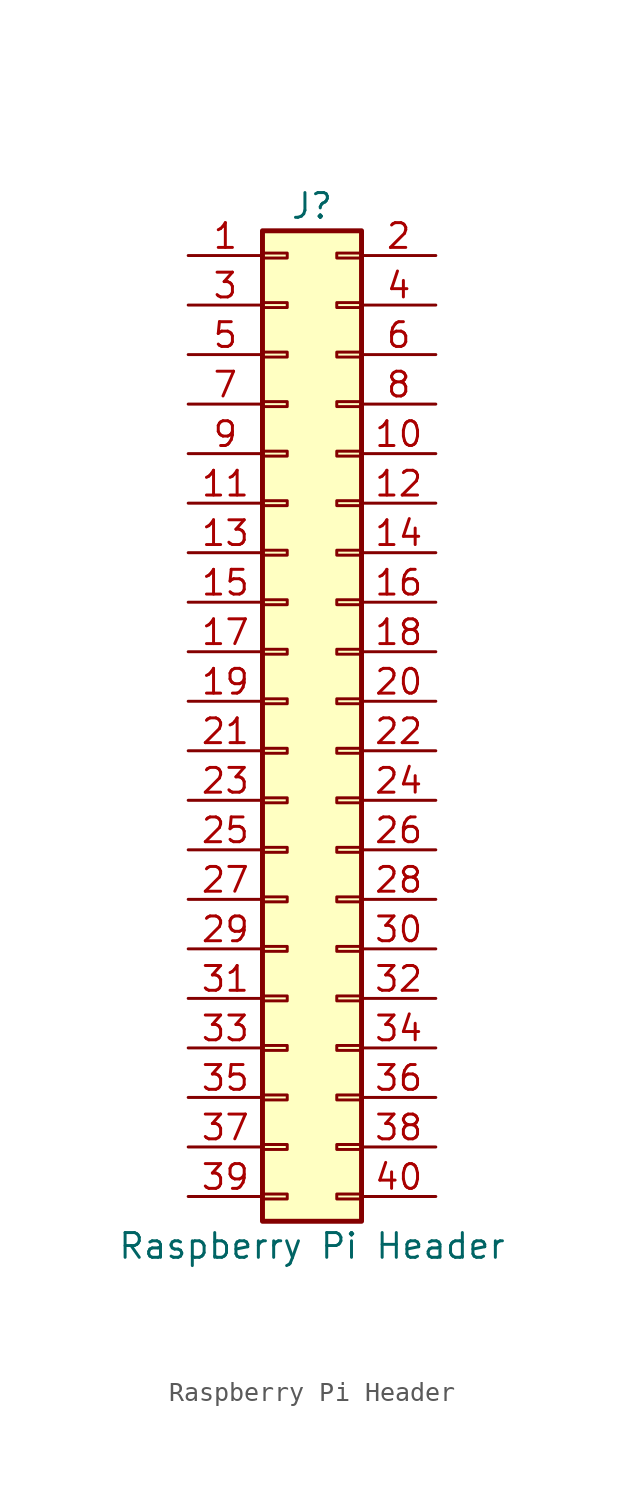
<source format=kicad_sym>
(kicad_symbol_lib
  (version 20241209)
  (generator "kicad_symbol_editor")
  (generator_version "9.0")
  (symbol "Raspberry Pi Header"
    (pin_names
      (offset 1.016)
      (hide yes))
    (property "Reference" "J"
      (at 1.27 25.4 0)
      (effects (font (size 1.27 1.27))))
    (property "Value" "Raspberry Pi Header"
      (at 1.27 -27.94 0)
      (effects (font (size 1.27 1.27))))
    (symbol "Raspberry Pi Header_1_1"
      (rectangle (start -1.27 24.13) (end 3.81 -26.67) (stroke (width 0.254) (type default)) (fill (type background)))
      (rectangle (start -1.27 22.987) (end 0 22.733) (stroke (width 0.152) (type default)) (fill (type none)))
      (rectangle (start -1.27 20.447) (end 0 20.193) (stroke (width 0.152) (type default)) (fill (type none)))
      (rectangle (start -1.27 17.907) (end 0 17.653) (stroke (width 0.152) (type default)) (fill (type none)))
      (rectangle (start -1.27 15.367) (end 0 15.113) (stroke (width 0.152) (type default)) (fill (type none)))
      (rectangle (start -1.27 12.827) (end 0 12.573) (stroke (width 0.152) (type default)) (fill (type none)))
      (rectangle (start -1.27 10.287) (end 0 10.033) (stroke (width 0.152) (type default)) (fill (type none)))
      (rectangle (start -1.27 7.747) (end 0 7.493) (stroke (width 0.152) (type default)) (fill (type none)))
      (rectangle (start -1.27 5.207) (end 0 4.953) (stroke (width 0.152) (type default)) (fill (type none)))
      (rectangle (start -1.27 2.667) (end 0 2.413) (stroke (width 0.152) (type default)) (fill (type none)))
      (rectangle (start -1.27 0.127) (end 0 -0.127) (stroke (width 0.152) (type default)) (fill (type none)))
      (rectangle (start -1.27 -2.413) (end 0 -2.667) (stroke (width 0.152) (type default)) (fill (type none)))
      (rectangle (start -1.27 -4.953) (end 0 -5.207) (stroke (width 0.152) (type default)) (fill (type none)))
      (rectangle (start -1.27 -7.493) (end 0 -7.747) (stroke (width 0.152) (type default)) (fill (type none)))
      (rectangle (start -1.27 -10.033) (end 0 -10.287) (stroke (width 0.152) (type default)) (fill (type none)))
      (rectangle (start -1.27 -12.573) (end 0 -12.827) (stroke (width 0.152) (type default)) (fill (type none)))
      (rectangle (start -1.27 -15.113) (end 0 -15.367) (stroke (width 0.152) (type default)) (fill (type none)))
      (rectangle (start -1.27 -17.653) (end 0 -17.907) (stroke (width 0.152) (type default)) (fill (type none)))
      (rectangle (start -1.27 -20.193) (end 0 -20.447) (stroke (width 0.152) (type default)) (fill (type none)))
      (rectangle (start -1.27 -22.733) (end 0 -22.987) (stroke (width 0.152) (type default)) (fill (type none)))
      (rectangle (start -1.27 -25.273) (end 0 -25.527) (stroke (width 0.152) (type default)) (fill (type none)))
      (rectangle (start 3.81 22.987) (end 2.54 22.733) (stroke (width 0.152) (type default)) (fill (type none)))
      (rectangle (start 3.81 20.447) (end 2.54 20.193) (stroke (width 0.152) (type default)) (fill (type none)))
      (rectangle (start 3.81 17.907) (end 2.54 17.653) (stroke (width 0.152) (type default)) (fill (type none)))
      (rectangle (start 3.81 15.367) (end 2.54 15.113) (stroke (width 0.152) (type default)) (fill (type none)))
      (rectangle (start 3.81 12.827) (end 2.54 12.573) (stroke (width 0.152) (type default)) (fill (type none)))
      (rectangle (start 3.81 10.287) (end 2.54 10.033) (stroke (width 0.152) (type default)) (fill (type none)))
      (rectangle (start 3.81 7.747) (end 2.54 7.493) (stroke (width 0.152) (type default)) (fill (type none)))
      (rectangle (start 3.81 5.207) (end 2.54 4.953) (stroke (width 0.152) (type default)) (fill (type none)))
      (rectangle (start 3.81 2.667) (end 2.54 2.413) (stroke (width 0.152) (type default)) (fill (type none)))
      (rectangle (start 3.81 0.127) (end 2.54 -0.127) (stroke (width 0.152) (type default)) (fill (type none)))
      (rectangle (start 3.81 -2.413) (end 2.54 -2.667) (stroke (width 0.152) (type default)) (fill (type none)))
      (rectangle (start 3.81 -4.953) (end 2.54 -5.207) (stroke (width 0.152) (type default)) (fill (type none)))
      (rectangle (start 3.81 -7.493) (end 2.54 -7.747) (stroke (width 0.152) (type default)) (fill (type none)))
      (rectangle (start 3.81 -10.033) (end 2.54 -10.287) (stroke (width 0.152) (type default)) (fill (type none)))
      (rectangle (start 3.81 -12.573) (end 2.54 -12.827) (stroke (width 0.152) (type default)) (fill (type none)))
      (rectangle (start 3.81 -15.113) (end 2.54 -15.367) (stroke (width 0.152) (type default)) (fill (type none)))
      (rectangle (start 3.81 -17.653) (end 2.54 -17.907) (stroke (width 0.152) (type default)) (fill (type none)))
      (rectangle (start 3.81 -20.193) (end 2.54 -20.447) (stroke (width 0.152) (type default)) (fill (type none)))
      (rectangle (start 3.81 -22.733) (end 2.54 -22.987) (stroke (width 0.152) (type default)) (fill (type none)))
      (rectangle (start 3.81 -25.273) (end 2.54 -25.527) (stroke (width 0.152) (type default)) (fill (type none)))
      (pin passive line (at -5.08 22.86 0) (length 3.81) (name "3V3" (effects (font (size 1.27 1.27)))) (number "1" (effects (font (size 1.27 1.27)))))
      (pin passive line (at -5.08 20.32 0) (length 3.81) (name "I2C1_SDA" (effects (font (size 1.27 1.27)))) (number "3" (effects (font (size 1.27 1.27)))))
      (pin passive line (at -5.08 17.78 0) (length 3.81) (name "I2C1_SCL" (effects (font (size 1.27 1.27)))) (number "5" (effects (font (size 1.27 1.27)))))
      (pin passive line (at -5.08 15.24 0) (length 3.81) (name "Pin_7" (effects (font (size 1.27 1.27)))) (number "7" (effects (font (size 1.27 1.27)))))
      (pin passive line (at -5.08 12.7 0) (length 3.81) (name "GND" (effects (font (size 1.27 1.27)))) (number "9" (effects (font (size 1.27 1.27)))))
      (pin passive line (at -5.08 10.16 0) (length 3.81) (name "GPIO17" (effects (font (size 1.27 1.27)))) (number "11" (effects (font (size 1.27 1.27)))))
      (pin passive line (at -5.08 7.62 0) (length 3.81) (name "GPIO27" (effects (font (size 1.27 1.27)))) (number "13" (effects (font (size 1.27 1.27)))))
      (pin passive line (at -5.08 5.08 0) (length 3.81) (name "GPIO22" (effects (font (size 1.27 1.27)))) (number "15" (effects (font (size 1.27 1.27)))))
      (pin passive line (at -5.08 2.54 0) (length 3.81) (name "3V3" (effects (font (size 1.27 1.27)))) (number "17" (effects (font (size 1.27 1.27)))))
      (pin passive line (at -5.08 0 0) (length 3.81) (name "GPIO10" (effects (font (size 1.27 1.27)))) (number "19" (effects (font (size 1.27 1.27)))))
      (pin passive line (at -5.08 -2.54 0) (length 3.81) (name "GPIO9" (effects (font (size 1.27 1.27)))) (number "21" (effects (font (size 1.27 1.27)))))
      (pin passive line (at -5.08 -5.08 0) (length 3.81) (name "GPIO11" (effects (font (size 1.27 1.27)))) (number "23" (effects (font (size 1.27 1.27)))))
      (pin passive line (at -5.08 -7.62 0) (length 3.81) (name "GND" (effects (font (size 1.27 1.27)))) (number "25" (effects (font (size 1.27 1.27)))))
      (pin passive line (at -5.08 -10.16 0) (length 3.81) (name "ID_SDA" (effects (font (size 1.27 1.27)))) (number "27" (effects (font (size 1.27 1.27)))))
      (pin passive line (at -5.08 -12.7 0) (length 3.81) (name "GPIO5" (effects (font (size 1.27 1.27)))) (number "29" (effects (font (size 1.27 1.27)))))
      (pin passive line (at -5.08 -15.24 0) (length 3.81) (name "GPIO6" (effects (font (size 1.27 1.27)))) (number "31" (effects (font (size 1.27 1.27)))))
      (pin passive line (at -5.08 -17.78 0) (length 3.81) (name "GPIO13" (effects (font (size 1.27 1.27)))) (number "33" (effects (font (size 1.27 1.27)))))
      (pin passive line (at -5.08 -20.32 0) (length 3.81) (name "GPIO19" (effects (font (size 1.27 1.27)))) (number "35" (effects (font (size 1.27 1.27)))))
      (pin passive line (at -5.08 -22.86 0) (length 3.81) (name "GPIO26" (effects (font (size 1.27 1.27)))) (number "37" (effects (font (size 1.27 1.27)))))
      (pin passive line (at -5.08 -25.4 0) (length 3.81) (name "GND" (effects (font (size 1.27 1.27)))) (number "39" (effects (font (size 1.27 1.27)))))
      (pin passive line (at 7.62 22.86 180) (length 3.81) (name "5V" (effects (font (size 1.27 1.27)))) (number "2" (effects (font (size 1.27 1.27)))))
      (pin passive line (at 7.62 20.32 180) (length 3.81) (name "5V" (effects (font (size 1.27 1.27)))) (number "4" (effects (font (size 1.27 1.27)))))
      (pin passive line (at 7.62 17.78 180) (length 3.81) (name "GND" (effects (font (size 1.27 1.27)))) (number "6" (effects (font (size 1.27 1.27)))))
      (pin passive line (at 7.62 15.24 180) (length 3.81) (name "GPIO14" (effects (font (size 1.27 1.27)))) (number "8" (effects (font (size 1.27 1.27)))))
      (pin passive line (at 7.62 12.7 180) (length 3.81) (name "GPIO15" (effects (font (size 1.27 1.27)))) (number "10" (effects (font (size 1.27 1.27)))))
      (pin passive line (at 7.62 10.16 180) (length 3.81) (name "GPIO18" (effects (font (size 1.27 1.27)))) (number "12" (effects (font (size 1.27 1.27)))))
      (pin passive line (at 7.62 7.62 180) (length 3.81) (name "GND" (effects (font (size 1.27 1.27)))) (number "14" (effects (font (size 1.27 1.27)))))
      (pin passive line (at 7.62 5.08 180) (length 3.81) (name "GPIO23" (effects (font (size 1.27 1.27)))) (number "16" (effects (font (size 1.27 1.27)))))
      (pin passive line (at 7.62 2.54 180) (length 3.81) (name "GPIO24" (effects (font (size 1.27 1.27)))) (number "18" (effects (font (size 1.27 1.27)))))
      (pin passive line (at 7.62 0 180) (length 3.81) (name "GND" (effects (font (size 1.27 1.27)))) (number "20" (effects (font (size 1.27 1.27)))))
      (pin passive line (at 7.62 -2.54 180) (length 3.81) (name "GPIO25" (effects (font (size 1.27 1.27)))) (number "22" (effects (font (size 1.27 1.27)))))
      (pin passive line (at 7.62 -5.08 180) (length 3.81) (name "GPIO8" (effects (font (size 1.27 1.27)))) (number "24" (effects (font (size 1.27 1.27)))))
      (pin passive line (at 7.62 -7.62 180) (length 3.81) (name "GPIO7" (effects (font (size 1.27 1.27)))) (number "26" (effects (font (size 1.27 1.27)))))
      (pin passive line (at 7.62 -10.16 180) (length 3.81) (name "ID_SCL" (effects (font (size 1.27 1.27)))) (number "28" (effects (font (size 1.27 1.27)))))
      (pin passive line (at 7.62 -12.7 180) (length 3.81) (name "GND" (effects (font (size 1.27 1.27)))) (number "30" (effects (font (size 1.27 1.27)))))
      (pin passive line (at 7.62 -15.24 180) (length 3.81) (name "GPIO12" (effects (font (size 1.27 1.27)))) (number "32" (effects (font (size 1.27 1.27)))))
      (pin passive line (at 7.62 -17.78 180) (length 3.81) (name "GND" (effects (font (size 1.27 1.27)))) (number "34" (effects (font (size 1.27 1.27)))))
      (pin passive line (at 7.62 -20.32 180) (length 3.81) (name "GPIO16" (effects (font (size 1.27 1.27)))) (number "36" (effects (font (size 1.27 1.27)))))
      (pin passive line (at 7.62 -22.86 180) (length 3.81) (name "GPIO20" (effects (font (size 1.27 1.27)))) (number "38" (effects (font (size 1.27 1.27)))))
      (pin passive line (at 7.62 -25.4 180) (length 3.81) (name "GPIO12" (effects (font (size 1.27 1.27)))) (number "40" (effects (font (size 1.27 1.27))))))))
</source>
